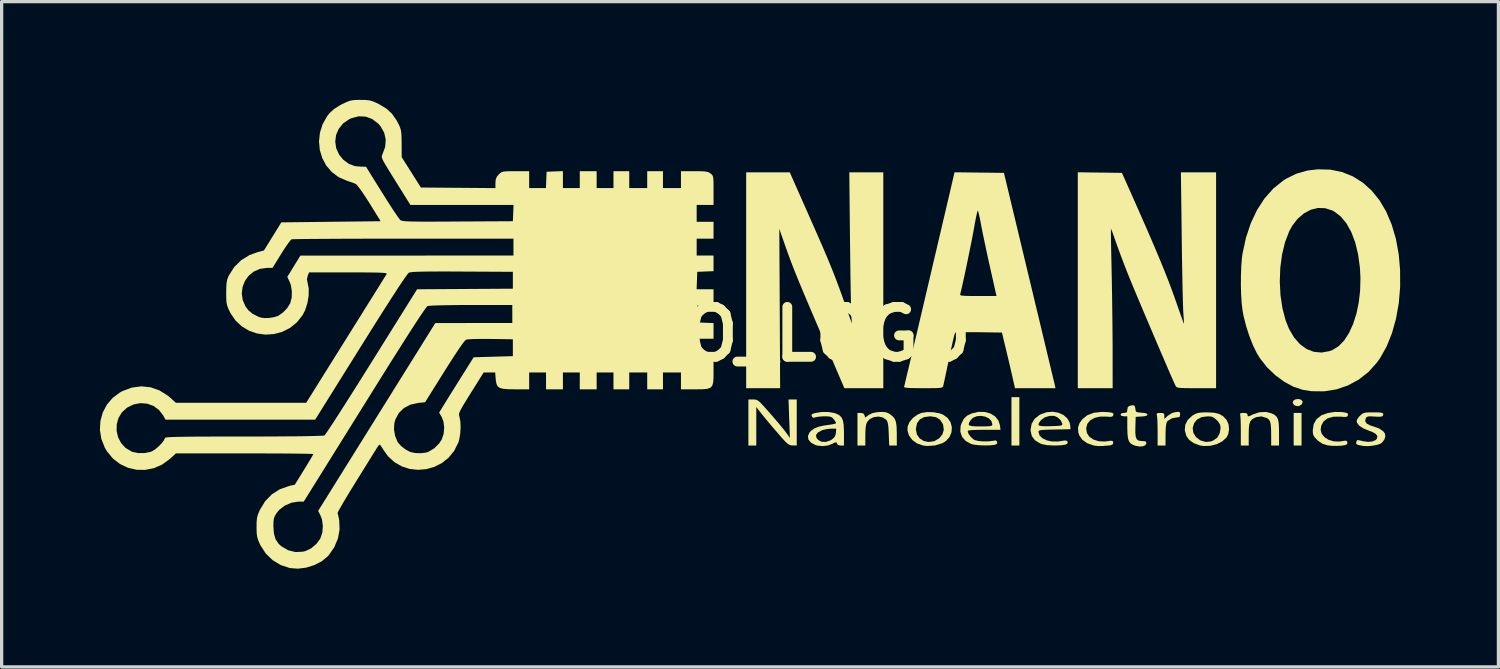
<source format=kicad_pcb>
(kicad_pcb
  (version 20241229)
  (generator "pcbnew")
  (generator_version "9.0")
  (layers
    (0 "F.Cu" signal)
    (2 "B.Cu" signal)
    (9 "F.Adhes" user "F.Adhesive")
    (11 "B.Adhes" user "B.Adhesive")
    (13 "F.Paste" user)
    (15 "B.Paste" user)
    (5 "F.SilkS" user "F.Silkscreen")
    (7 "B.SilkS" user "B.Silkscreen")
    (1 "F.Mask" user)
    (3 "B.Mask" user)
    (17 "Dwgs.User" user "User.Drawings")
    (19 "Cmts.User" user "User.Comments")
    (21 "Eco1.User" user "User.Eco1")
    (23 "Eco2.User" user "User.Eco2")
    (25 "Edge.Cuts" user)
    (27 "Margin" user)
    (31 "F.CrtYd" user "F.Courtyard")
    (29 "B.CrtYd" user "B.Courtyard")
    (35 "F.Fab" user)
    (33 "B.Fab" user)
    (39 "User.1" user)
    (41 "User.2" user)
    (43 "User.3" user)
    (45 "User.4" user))
  (footprint "NANO_LOGO"
    (layer "F.Cu")
    (at 19.971 7.154)
    (property "Reference" "NANO_LOGO" (at 0 0 0) (layer "F.SilkS") (effects (font (size 1.524 1.524) (thickness 0.3))))
    (attr board_only exclude_from_pos_files exclude_from_bom)
    (fp_poly (pts (xy 8.101 3.398) (xy 7.86 3.398) (xy 7.86 1.922) (xy 8.101 1.922)) (stroke (width 0) (type solid)) (fill yes) (layer "F.SilkS"))
    (fp_poly (pts (xy 16.716 3.398) (xy 16.476 3.398) (xy 16.476 2.403) (xy 16.716 2.403)) (stroke (width 0) (type solid)) (fill yes) (layer "F.SilkS"))
    (fp_poly (pts (xy 16.701 2) (xy 16.747 2.051) (xy 16.75 2.071) (xy 16.72 2.143) (xy 16.646 2.189) (xy 16.596 2.197) (xy 16.517 2.178) (xy 16.483 2.156) (xy 16.443 2.085) (xy 16.471 2.023) (xy 16.529 1.99) (xy 16.621 1.977)) (stroke (width 0) (type solid)) (fill yes) (layer "F.SilkS"))
    (fp_poly (pts (xy 12.998 2.382) (xy 13.009 2.425) (xy 13.009 2.45) (xy 12.999 2.514) (xy 12.955 2.537) (xy 12.904 2.54) (xy 12.756 2.568) (xy 12.635 2.643) (xy 12.607 2.674) (xy 12.585 2.739) (xy 12.57 2.863) (xy 12.564 3.036) (xy 12.564 3.063) (xy 12.563 3.398) (xy 12.322 3.398) (xy 12.322 2.978) (xy 12.32 2.808) (xy 12.316 2.657) (xy 12.309 2.542) (xy 12.301 2.48) (xy 12.294 2.429) (xy 12.324 2.407) (xy 12.404 2.403) (xy 12.487 2.408) (xy 12.522 2.435) (xy 12.528 2.495) (xy 12.528 2.587) (xy 12.628 2.492) (xy 12.763 2.406) (xy 12.868 2.378) (xy 12.957 2.369)) (stroke (width 0) (type solid)) (fill yes) (layer "F.SilkS"))
    (fp_poly (pts (xy 0.048 1.996) (xy 0.112 2.021) (xy 0.181 2.075) (xy 0.272 2.171) (xy 0.448 2.368) (xy 0.617 2.562) (xy 0.77 2.741) (xy 0.895 2.894) (xy 0.984 3.01) (xy 0.988 3.015) (xy 1.095 3.164) (xy 1.074 2.577) (xy 1.053 1.991) (xy 1.304 1.991) (xy 1.304 3.398) (xy 1.176 3.395) (xy 1.123 3.391) (xy 1.076 3.375) (xy 1.023 3.341) (xy 0.957 3.279) (xy 0.867 3.183) (xy 0.746 3.044) (xy 0.704 2.995) (xy 0.569 2.839) (xy 0.438 2.683) (xy 0.322 2.543) (xy 0.234 2.435) (xy 0.215 2.41) (xy 0.069 2.223) (xy 0.069 3.398) (xy -0.172 3.398) (xy -0.172 1.991) (xy -0.032 1.991)) (stroke (width 0) (type solid)) (fill yes) (layer "F.SilkS"))
    (fp_poly (pts (xy 4.04 2.386) (xy 4.118 2.421) (xy 4.153 2.444) (xy 4.238 2.511) (xy 4.297 2.585) (xy 4.333 2.681) (xy 4.352 2.813) (xy 4.358 2.996) (xy 4.359 3.046) (xy 4.359 3.398) (xy 4.127 3.398) (xy 4.113 3.04) (xy 4.105 2.868) (xy 4.092 2.751) (xy 4.073 2.673) (xy 4.045 2.622) (xy 4.036 2.612) (xy 3.929 2.54) (xy 3.795 2.514) (xy 3.655 2.532) (xy 3.532 2.592) (xy 3.457 2.674) (xy 3.425 2.751) (xy 3.406 2.859) (xy 3.399 3.015) (xy 3.398 3.086) (xy 3.398 3.398) (xy 3.158 3.398) (xy 3.158 2.403) (xy 3.257 2.403) (xy 3.339 2.42) (xy 3.374 2.474) (xy 3.393 2.546) (xy 3.499 2.467) (xy 3.605 2.412) (xy 3.745 2.382) (xy 3.819 2.376) (xy 3.95 2.372)) (stroke (width 0) (type solid)) (fill yes) (layer "F.SilkS"))
    (fp_poly (pts (xy 10.71 2.374) (xy 10.85 2.384) (xy 10.933 2.398) (xy 10.97 2.421) (xy 10.972 2.458) (xy 10.965 2.482) (xy 10.937 2.514) (xy 10.876 2.524) (xy 10.778 2.516) (xy 10.572 2.514) (xy 10.398 2.553) (xy 10.263 2.63) (xy 10.175 2.737) (xy 10.14 2.871) (xy 10.164 3.018) (xy 10.238 3.131) (xy 10.362 3.216) (xy 10.521 3.266) (xy 10.702 3.277) (xy 10.802 3.264) (xy 10.898 3.251) (xy 10.948 3.262) (xy 10.966 3.289) (xy 10.96 3.349) (xy 10.899 3.388) (xy 10.829 3.398) (xy 10.748 3.403) (xy 10.644 3.413) (xy 10.641 3.413) (xy 10.528 3.415) (xy 10.399 3.402) (xy 10.37 3.397) (xy 10.175 3.33) (xy 10.025 3.224) (xy 9.928 3.085) (xy 9.9 2.995) (xy 9.892 2.847) (xy 9.938 2.713) (xy 10.025 2.594) (xy 10.176 2.473) (xy 10.375 2.399) (xy 10.616 2.372)) (stroke (width 0) (type solid)) (fill yes) (layer "F.SilkS"))
    (fp_poly (pts (xy 15.803 2.416) (xy 15.893 2.462) (xy 15.956 2.519) (xy 15.997 2.6) (xy 16.019 2.717) (xy 16.028 2.883) (xy 16.029 3.011) (xy 16.029 3.398) (xy 15.789 3.398) (xy 15.789 3.081) (xy 15.786 2.892) (xy 15.776 2.759) (xy 15.757 2.669) (xy 15.723 2.61) (xy 15.673 2.569) (xy 15.649 2.556) (xy 15.492 2.509) (xy 15.334 2.531) (xy 15.274 2.558) (xy 15.2 2.604) (xy 15.151 2.664) (xy 15.121 2.75) (xy 15.107 2.877) (xy 15.103 3.057) (xy 15.103 3.07) (xy 15.103 3.398) (xy 14.862 3.398) (xy 14.862 2.955) (xy 14.861 2.783) (xy 14.857 2.633) (xy 14.85 2.521) (xy 14.843 2.46) (xy 14.842 2.457) (xy 14.841 2.42) (xy 14.887 2.405) (xy 14.945 2.403) (xy 15.03 2.41) (xy 15.065 2.44) (xy 15.068 2.467) (xy 15.073 2.502) (xy 15.097 2.508) (xy 15.156 2.486) (xy 15.229 2.45) (xy 15.427 2.383) (xy 15.63 2.373)) (stroke (width 0) (type solid)) (fill yes) (layer "F.SilkS"))
    (fp_poly (pts (xy 17.954 2.377) (xy 17.996 2.383) (xy 18.091 2.402) (xy 18.132 2.427) (xy 18.134 2.467) (xy 18.133 2.471) (xy 18.117 2.506) (xy 18.08 2.523) (xy 18.007 2.525) (xy 17.896 2.516) (xy 17.685 2.519) (xy 17.514 2.567) (xy 17.39 2.659) (xy 17.318 2.79) (xy 17.299 2.919) (xy 17.331 3.04) (xy 17.417 3.144) (xy 17.544 3.224) (xy 17.698 3.27) (xy 17.866 3.278) (xy 17.94 3.267) (xy 18.039 3.25) (xy 18.091 3.256) (xy 18.113 3.284) (xy 18.114 3.344) (xy 18.102 3.362) (xy 18.041 3.387) (xy 17.932 3.403) (xy 17.796 3.41) (xy 17.653 3.408) (xy 17.523 3.394) (xy 17.512 3.392) (xy 17.361 3.347) (xy 17.235 3.265) (xy 17.195 3.229) (xy 17.114 3.145) (xy 17.074 3.075) (xy 17.06 2.988) (xy 17.059 2.931) (xy 17.088 2.744) (xy 17.173 2.594) (xy 17.316 2.481) (xy 17.337 2.47) (xy 17.518 2.406) (xy 17.734 2.373)) (stroke (width 0) (type solid)) (fill yes) (layer "F.SilkS"))
    (fp_poly (pts (xy 5.49 2.383) (xy 5.675 2.419) (xy 5.768 2.453) (xy 5.909 2.554) (xy 6 2.687) (xy 6.04 2.838) (xy 6.029 2.993) (xy 5.968 3.139) (xy 5.857 3.262) (xy 5.757 3.324) (xy 5.529 3.396) (xy 5.285 3.412) (xy 5.153 3.396) (xy 4.975 3.333) (xy 4.831 3.228) (xy 4.731 3.093) (xy 4.685 2.939) (xy 4.686 2.912) (xy 4.943 2.912) (xy 4.973 3.06) (xy 5.055 3.178) (xy 5.176 3.257) (xy 5.324 3.29) (xy 5.485 3.269) (xy 5.515 3.259) (xy 5.659 3.174) (xy 5.754 3.054) (xy 5.794 2.913) (xy 5.773 2.762) (xy 5.766 2.744) (xy 5.681 2.611) (xy 5.556 2.533) (xy 5.388 2.506) (xy 5.381 2.506) (xy 5.196 2.529) (xy 5.062 2.6) (xy 4.977 2.717) (xy 4.943 2.881) (xy 4.943 2.912) (xy 4.686 2.912) (xy 4.689 2.821) (xy 4.745 2.685) (xy 4.851 2.557) (xy 4.99 2.455) (xy 5.116 2.402) (xy 5.293 2.377)) (stroke (width 0) (type solid)) (fill yes) (layer "F.SilkS"))
    (fp_poly (pts (xy 1.665 -3.647) (xy 1.84 -3.251) (xy 1.991 -2.908) (xy 2.12 -2.61) (xy 2.232 -2.347) (xy 2.331 -2.11) (xy 2.419 -1.889) (xy 2.502 -1.677) (xy 2.582 -1.464) (xy 2.664 -1.24) (xy 2.75 -0.998) (xy 2.769 -0.944) (xy 2.987 -0.326) (xy 2.97 -0.584) (xy 2.966 -0.665) (xy 2.962 -0.807) (xy 2.958 -1.005) (xy 2.953 -1.25) (xy 2.948 -1.536) (xy 2.943 -1.856) (xy 2.939 -2.202) (xy 2.934 -2.568) (xy 2.93 -2.892) (xy 2.909 -4.943) (xy 3.947 -4.943) (xy 3.947 1.648) (xy 2.758 1.648) (xy 2.085 0.077) (xy 1.904 -0.345) (xy 1.748 -0.711) (xy 1.613 -1.027) (xy 1.498 -1.3) (xy 1.4 -1.536) (xy 1.315 -1.741) (xy 1.242 -1.923) (xy 1.178 -2.087) (xy 1.119 -2.24) (xy 1.064 -2.389) (xy 1.009 -2.541) (xy 0.953 -2.701) (xy 0.948 -2.715) (xy 0.772 -3.216) (xy 0.785 -0.784) (xy 0.797 1.648) (xy -0.24 1.648) (xy -0.24 -4.943) (xy 1.091 -4.943)) (stroke (width 0) (type solid)) (fill yes) (layer "F.SilkS"))
    (fp_poly (pts (xy 11.618 2.184) (xy 11.639 2.248) (xy 11.642 2.274) (xy 11.652 2.339) (xy 11.678 2.374) (xy 11.739 2.389) (xy 11.833 2.396) (xy 11.95 2.41) (xy 12.006 2.435) (xy 12.014 2.454) (xy 11.987 2.487) (xy 11.903 2.507) (xy 11.833 2.512) (xy 11.653 2.523) (xy 11.643 2.823) (xy 11.641 3.005) (xy 11.654 3.13) (xy 11.685 3.207) (xy 11.739 3.247) (xy 11.821 3.26) (xy 11.843 3.261) (xy 11.933 3.267) (xy 11.972 3.291) (xy 11.979 3.325) (xy 11.95 3.387) (xy 11.872 3.421) (xy 11.762 3.428) (xy 11.635 3.403) (xy 11.576 3.381) (xy 11.501 3.337) (xy 11.449 3.273) (xy 11.417 3.176) (xy 11.401 3.036) (xy 11.396 2.84) (xy 11.396 2.83) (xy 11.396 2.506) (xy 11.293 2.506) (xy 11.211 2.49) (xy 11.19 2.454) (xy 11.22 2.413) (xy 11.293 2.403) (xy 11.366 2.394) (xy 11.393 2.354) (xy 11.396 2.304) (xy 11.412 2.223) (xy 11.47 2.185) (xy 11.473 2.184) (xy 11.568 2.166)) (stroke (width 0) (type solid)) (fill yes) (layer "F.SilkS"))
    (fp_poly (pts (xy 14.04 2.396) (xy 14.197 2.433) (xy 14.319 2.502) (xy 14.421 2.609) (xy 14.43 2.62) (xy 14.487 2.747) (xy 14.504 2.901) (xy 14.478 3.051) (xy 14.43 3.147) (xy 14.301 3.268) (xy 14.128 3.357) (xy 13.929 3.407) (xy 13.723 3.413) (xy 13.613 3.395) (xy 13.425 3.325) (xy 13.281 3.221) (xy 13.201 3.109) (xy 13.151 2.932) (xy 13.157 2.865) (xy 13.393 2.865) (xy 13.413 3.01) (xy 13.491 3.138) (xy 13.62 3.236) (xy 13.644 3.247) (xy 13.791 3.289) (xy 13.933 3.277) (xy 14.02 3.246) (xy 14.139 3.162) (xy 14.216 3.03) (xy 14.245 2.867) (xy 14.245 2.864) (xy 14.23 2.764) (xy 14.176 2.674) (xy 14.128 2.622) (xy 14.041 2.547) (xy 13.959 2.513) (xy 13.852 2.506) (xy 13.666 2.531) (xy 13.524 2.606) (xy 13.435 2.718) (xy 13.393 2.865) (xy 13.157 2.865) (xy 13.166 2.764) (xy 13.245 2.612) (xy 13.386 2.483) (xy 13.409 2.468) (xy 13.487 2.426) (xy 13.569 2.401) (xy 13.675 2.389) (xy 13.829 2.386) (xy 13.833 2.386)) (stroke (width 0) (type solid)) (fill yes) (layer "F.SilkS"))
    (fp_poly (pts (xy 19.051 2.387) (xy 19.149 2.395) (xy 19.199 2.413) (xy 19.213 2.442) (xy 19.203 2.479) (xy 19.179 2.506) (xy 19.123 2.519) (xy 19.02 2.518) (xy 18.949 2.514) (xy 18.823 2.507) (xy 18.747 2.511) (xy 18.705 2.529) (xy 18.677 2.567) (xy 18.673 2.573) (xy 18.659 2.658) (xy 18.71 2.731) (xy 18.826 2.79) (xy 18.901 2.812) (xy 19.084 2.877) (xy 19.211 2.964) (xy 19.26 3.029) (xy 19.275 3.121) (xy 19.241 3.223) (xy 19.17 3.312) (xy 19.122 3.344) (xy 19.019 3.379) (xy 18.878 3.404) (xy 18.731 3.417) (xy 18.609 3.411) (xy 18.604 3.411) (xy 18.481 3.388) (xy 18.412 3.368) (xy 18.385 3.343) (xy 18.385 3.306) (xy 18.388 3.295) (xy 18.4 3.252) (xy 18.42 3.233) (xy 18.464 3.235) (xy 18.552 3.256) (xy 18.588 3.265) (xy 18.743 3.287) (xy 18.88 3.274) (xy 18.98 3.23) (xy 19.018 3.188) (xy 19.032 3.112) (xy 18.985 3.045) (xy 18.875 2.982) (xy 18.754 2.938) (xy 18.596 2.872) (xy 18.477 2.791) (xy 18.41 2.703) (xy 18.398 2.651) (xy 18.421 2.588) (xy 18.48 2.51) (xy 18.503 2.486) (xy 18.56 2.437) (xy 18.614 2.407) (xy 18.686 2.391) (xy 18.794 2.386) (xy 18.895 2.386)) (stroke (width 0) (type solid)) (fill yes) (layer "F.SilkS"))
    (fp_poly (pts (xy 7.047 2.374) (xy 7.22 2.422) (xy 7.363 2.511) (xy 7.462 2.636) (xy 7.507 2.777) (xy 7.526 2.918) (xy 7.024 2.918) (xy 6.8 2.92) (xy 6.643 2.927) (xy 6.551 2.939) (xy 6.522 2.955) (xy 6.548 3.039) (xy 6.614 3.132) (xy 6.699 3.208) (xy 6.743 3.233) (xy 6.85 3.259) (xy 6.996 3.272) (xy 7.152 3.271) (xy 7.29 3.255) (xy 7.317 3.25) (xy 7.387 3.244) (xy 7.42 3.281) (xy 7.423 3.292) (xy 7.42 3.342) (xy 7.365 3.371) (xy 7.337 3.377) (xy 7.211 3.392) (xy 7.053 3.396) (xy 6.887 3.39) (xy 6.739 3.375) (xy 6.632 3.352) (xy 6.629 3.351) (xy 6.464 3.261) (xy 6.353 3.134) (xy 6.299 2.98) (xy 6.307 2.807) (xy 6.322 2.756) (xy 6.553 2.756) (xy 6.582 2.789) (xy 6.659 2.807) (xy 6.793 2.814) (xy 6.916 2.815) (xy 7.078 2.813) (xy 7.183 2.809) (xy 7.243 2.799) (xy 7.27 2.781) (xy 7.277 2.754) (xy 7.247 2.649) (xy 7.168 2.568) (xy 7.056 2.515) (xy 6.927 2.493) (xy 6.798 2.504) (xy 6.684 2.552) (xy 6.611 2.625) (xy 6.565 2.703) (xy 6.553 2.756) (xy 6.322 2.756) (xy 6.33 2.732) (xy 6.403 2.586) (xy 6.501 2.489) (xy 6.645 2.419) (xy 6.648 2.418) (xy 6.852 2.371)) (stroke (width 0) (type solid)) (fill yes) (layer "F.SilkS"))
    (fp_poly (pts (xy 9.292 2.396) (xy 9.445 2.465) (xy 9.564 2.568) (xy 9.637 2.701) (xy 9.653 2.785) (xy 9.662 2.9) (xy 9.173 2.91) (xy 8.98 2.914) (xy 8.846 2.92) (xy 8.759 2.928) (xy 8.711 2.94) (xy 8.689 2.958) (xy 8.684 2.983) (xy 8.716 3.088) (xy 8.803 3.175) (xy 8.932 3.239) (xy 9.093 3.274) (xy 9.272 3.276) (xy 9.353 3.264) (xy 9.474 3.246) (xy 9.543 3.25) (xy 9.573 3.279) (xy 9.576 3.31) (xy 9.556 3.349) (xy 9.491 3.375) (xy 9.374 3.391) (xy 9.198 3.397) (xy 9.147 3.397) (xy 8.949 3.387) (xy 8.799 3.358) (xy 8.733 3.333) (xy 8.577 3.237) (xy 8.483 3.113) (xy 8.445 2.957) (xy 8.444 2.918) (xy 8.471 2.759) (xy 8.682 2.759) (xy 8.707 2.79) (xy 8.782 2.806) (xy 8.912 2.81) (xy 9.053 2.807) (xy 9.216 2.802) (xy 9.321 2.795) (xy 9.382 2.785) (xy 9.408 2.767) (xy 9.412 2.74) (xy 9.41 2.729) (xy 9.363 2.627) (xy 9.272 2.541) (xy 9.166 2.494) (xy 9.024 2.493) (xy 8.882 2.536) (xy 8.77 2.614) (xy 8.754 2.632) (xy 8.7 2.707) (xy 8.682 2.759) (xy 8.471 2.759) (xy 8.475 2.735) (xy 8.567 2.583) (xy 8.719 2.463) (xy 8.752 2.446) (xy 8.933 2.382) (xy 9.117 2.367)) (stroke (width 0) (type solid)) (fill yes) (layer "F.SilkS"))
    (fp_poly (pts (xy 2.264 2.374) (xy 2.446 2.404) (xy 2.506 2.424) (xy 2.602 2.472) (xy 2.669 2.536) (xy 2.712 2.628) (xy 2.736 2.758) (xy 2.745 2.94) (xy 2.746 3.036) (xy 2.746 3.398) (xy 2.643 3.398) (xy 2.561 3.383) (xy 2.54 3.347) (xy 2.519 3.301) (xy 2.456 3.309) (xy 2.393 3.344) (xy 2.264 3.395) (xy 2.104 3.415) (xy 1.943 3.402) (xy 1.871 3.382) (xy 1.737 3.309) (xy 1.661 3.214) (xy 1.645 3.108) (xy 1.659 3.078) (xy 1.892 3.078) (xy 1.905 3.16) (xy 1.956 3.226) (xy 2.059 3.283) (xy 2.187 3.289) (xy 2.325 3.245) (xy 2.372 3.217) (xy 2.455 3.145) (xy 2.493 3.06) (xy 2.499 3.011) (xy 2.51 2.883) (xy 2.352 2.883) (xy 2.222 2.896) (xy 2.094 2.926) (xy 2.068 2.936) (xy 1.946 3.004) (xy 1.892 3.078) (xy 1.659 3.078) (xy 1.694 2.999) (xy 1.752 2.939) (xy 1.851 2.872) (xy 1.976 2.823) (xy 2.143 2.786) (xy 2.308 2.764) (xy 2.414 2.747) (xy 2.486 2.728) (xy 2.506 2.714) (xy 2.486 2.671) (xy 2.439 2.602) (xy 2.435 2.596) (xy 2.385 2.544) (xy 2.326 2.517) (xy 2.234 2.507) (xy 2.162 2.506) (xy 2.036 2.511) (xy 1.926 2.525) (xy 1.876 2.538) (xy 1.807 2.553) (xy 1.773 2.524) (xy 1.771 2.518) (xy 1.755 2.47) (xy 1.767 2.442) (xy 1.822 2.421) (xy 1.879 2.405) (xy 2.064 2.374)) (stroke (width 0) (type solid)) (fill yes) (layer "F.SilkS"))
    (fp_poly (pts (xy 11.232 -4.926) (xy 11.386 -4.582) (xy 11.616 -4.066) (xy 11.819 -3.605) (xy 12 -3.195) (xy 12.158 -2.828) (xy 12.299 -2.498) (xy 12.423 -2.2) (xy 12.534 -1.927) (xy 12.635 -1.672) (xy 12.727 -1.431) (xy 12.813 -1.195) (xy 12.896 -0.96) (xy 12.923 -0.883) (xy 12.987 -0.699) (xy 13.043 -0.54) (xy 13.088 -0.417) (xy 13.117 -0.339) (xy 13.127 -0.317) (xy 13.127 -0.353) (xy 13.122 -0.442) (xy 13.113 -0.568) (xy 13.107 -0.652) (xy 13.102 -0.747) (xy 13.097 -0.904) (xy 13.091 -1.114) (xy 13.084 -1.37) (xy 13.078 -1.665) (xy 13.072 -1.992) (xy 13.066 -2.343) (xy 13.061 -2.71) (xy 13.058 -2.96) (xy 13.033 -4.943) (xy 14.107 -4.943) (xy 14.107 1.648) (xy 13.508 1.648) (xy 13.291 1.647) (xy 13.133 1.645) (xy 13.023 1.64) (xy 12.952 1.632) (xy 12.909 1.618) (xy 12.885 1.599) (xy 12.872 1.579) (xy 12.845 1.522) (xy 12.794 1.409) (xy 12.723 1.248) (xy 12.635 1.046) (xy 12.534 0.81) (xy 12.421 0.548) (xy 12.301 0.268) (xy 12.177 -0.023) (xy 12.052 -0.317) (xy 11.928 -0.608) (xy 11.81 -0.888) (xy 11.7 -1.148) (xy 11.602 -1.383) (xy 11.519 -1.583) (xy 11.453 -1.743) (xy 11.428 -1.806) (xy 11.339 -2.032) (xy 11.246 -2.273) (xy 11.159 -2.507) (xy 11.084 -2.713) (xy 11.049 -2.811) (xy 10.995 -2.966) (xy 10.949 -3.094) (xy 10.915 -3.182) (xy 10.898 -3.219) (xy 10.897 -3.219) (xy 10.896 -3.184) (xy 10.896 -3.088) (xy 10.898 -2.938) (xy 10.901 -2.743) (xy 10.905 -2.511) (xy 10.911 -2.248) (xy 10.917 -1.974) (xy 10.924 -1.615) (xy 10.931 -1.213) (xy 10.937 -0.789) (xy 10.942 -0.365) (xy 10.946 0.037) (xy 10.948 0.396) (xy 10.948 0.455) (xy 10.949 1.648) (xy 9.885 1.648) (xy 9.885 -4.944)) (stroke (width 0) (type solid)) (fill yes) (layer "F.SilkS"))
    (fp_poly (pts (xy 17.595 -5.025) (xy 17.952 -4.952) (xy 18.283 -4.819) (xy 18.586 -4.629) (xy 18.857 -4.385) (xy 19.097 -4.088) (xy 19.301 -3.742) (xy 19.468 -3.349) (xy 19.597 -2.912) (xy 19.684 -2.433) (xy 19.725 -1.962) (xy 19.727 -1.448) (xy 19.685 -0.949) (xy 19.6 -0.473) (xy 19.476 -0.029) (xy 19.313 0.375) (xy 19.114 0.73) (xy 19.019 0.864) (xy 18.76 1.152) (xy 18.461 1.386) (xy 18.13 1.565) (xy 17.775 1.685) (xy 17.402 1.744) (xy 17.02 1.74) (xy 16.76 1.699) (xy 16.475 1.606) (xy 16.191 1.454) (xy 15.918 1.254) (xy 15.668 1.015) (xy 15.455 0.746) (xy 15.353 0.583) (xy 15.233 0.337) (xy 15.119 0.047) (xy 15.02 -0.264) (xy 14.943 -0.572) (xy 14.916 -0.721) (xy 14.889 -0.943) (xy 14.872 -1.211) (xy 14.864 -1.505) (xy 14.865 -1.609) (xy 16.052 -1.609) (xy 16.073 -1.192) (xy 16.133 -0.792) (xy 16.23 -0.423) (xy 16.336 -0.159) (xy 16.489 0.101) (xy 16.669 0.305) (xy 16.871 0.452) (xy 17.091 0.537) (xy 17.324 0.56) (xy 17.564 0.517) (xy 17.665 0.48) (xy 17.851 0.364) (xy 18.019 0.189) (xy 18.166 -0.039) (xy 18.291 -0.312) (xy 18.391 -0.624) (xy 18.463 -0.967) (xy 18.505 -1.334) (xy 18.515 -1.719) (xy 18.499 -2.027) (xy 18.444 -2.434) (xy 18.356 -2.799) (xy 18.236 -3.117) (xy 18.087 -3.385) (xy 17.91 -3.597) (xy 17.708 -3.75) (xy 17.655 -3.778) (xy 17.437 -3.848) (xy 17.215 -3.854) (xy 16.996 -3.8) (xy 16.787 -3.688) (xy 16.596 -3.524) (xy 16.431 -3.309) (xy 16.341 -3.146) (xy 16.212 -2.81) (xy 16.121 -2.432) (xy 16.067 -2.027) (xy 16.052 -1.609) (xy 14.865 -1.609) (xy 14.866 -1.804) (xy 14.877 -2.087) (xy 14.897 -2.335) (xy 14.913 -2.454) (xy 15.019 -2.945) (xy 15.168 -3.393) (xy 15.359 -3.795) (xy 15.588 -4.148) (xy 15.855 -4.448) (xy 16.158 -4.692) (xy 16.243 -4.746) (xy 16.558 -4.901) (xy 16.897 -4.997) (xy 17.214 -5.035)) (stroke (width 0) (type solid)) (fill yes) (layer "F.SilkS"))
    (fp_poly (pts (xy 6.876 -4.935) (xy 7.63 -4.926) (xy 8.396 -1.733) (xy 8.506 -1.276) (xy 8.611 -0.835) (xy 8.712 -0.418) (xy 8.805 -0.027) (xy 8.891 0.331) (xy 8.968 0.653) (xy 9.035 0.933) (xy 9.091 1.167) (xy 9.135 1.351) (xy 9.166 1.478) (xy 9.181 1.545) (xy 9.183 1.553) (xy 9.204 1.648) (xy 7.968 1.648) (xy 7.876 1.244) (xy 7.829 1.041) (xy 7.774 0.804) (xy 7.717 0.565) (xy 7.676 0.395) (xy 7.569 -0.051) (xy 6.867 -0.061) (xy 6.654 -0.062) (xy 6.464 -0.061) (xy 6.309 -0.058) (xy 6.198 -0.052) (xy 6.143 -0.045) (xy 6.139 -0.043) (xy 6.124 -0.003) (xy 6.098 0.095) (xy 6.064 0.24) (xy 6.023 0.422) (xy 5.977 0.631) (xy 5.955 0.738) (xy 5.908 0.961) (xy 5.866 1.165) (xy 5.829 1.339) (xy 5.8 1.472) (xy 5.782 1.553) (xy 5.779 1.57) (xy 5.77 1.598) (xy 5.752 1.618) (xy 5.717 1.632) (xy 5.654 1.641) (xy 5.553 1.645) (xy 5.405 1.647) (xy 5.199 1.648) (xy 5.163 1.648) (xy 4.939 1.646) (xy 4.775 1.643) (xy 4.666 1.636) (xy 4.604 1.626) (xy 4.581 1.611) (xy 4.582 1.605) (xy 4.592 1.565) (xy 4.616 1.464) (xy 4.653 1.307) (xy 4.703 1.099) (xy 4.763 0.845) (xy 4.832 0.552) (xy 4.909 0.224) (xy 4.994 -0.134) (xy 5.083 -0.515) (xy 5.168 -0.875) (xy 5.245 -1.205) (xy 6.293 -1.205) (xy 6.308 -1.189) (xy 6.351 -1.178) (xy 6.43 -1.172) (xy 6.554 -1.168) (xy 6.734 -1.167) (xy 6.84 -1.167) (xy 7.403 -1.167) (xy 7.208 -2.034) (xy 7.149 -2.298) (xy 7.091 -2.568) (xy 7.036 -2.828) (xy 6.987 -3.062) (xy 6.949 -3.253) (xy 6.933 -3.338) (xy 6.902 -3.501) (xy 6.873 -3.637) (xy 6.849 -3.732) (xy 6.833 -3.775) (xy 6.831 -3.776) (xy 6.818 -3.744) (xy 6.796 -3.656) (xy 6.769 -3.523) (xy 6.737 -3.357) (xy 6.719 -3.252) (xy 6.691 -3.098) (xy 6.654 -2.903) (xy 6.609 -2.679) (xy 6.56 -2.437) (xy 6.509 -2.189) (xy 6.458 -1.946) (xy 6.409 -1.719) (xy 6.366 -1.521) (xy 6.329 -1.362) (xy 6.303 -1.254) (xy 6.295 -1.227) (xy 6.293 -1.205) (xy 5.245 -1.205) (xy 5.265 -1.288) (xy 5.36 -1.693) (xy 5.451 -2.083) (xy 5.538 -2.452) (xy 5.618 -2.792) (xy 5.69 -3.098) (xy 5.751 -3.361) (xy 5.802 -3.576) (xy 5.839 -3.735) (xy 5.857 -3.81) (xy 5.906 -4.02) (xy 5.958 -4.238) (xy 6.005 -4.442) (xy 6.043 -4.606) (xy 6.048 -4.626) (xy 6.122 -4.944)) (stroke (width 0) (type solid)) (fill yes) (layer "F.SilkS"))
    (fp_poly (pts (xy -11.86 -7.152) (xy -11.747 -7.14) (xy -11.646 -7.113) (xy -11.531 -7.064) (xy -11.453 -7.026) (xy -11.23 -6.893) (xy -11.055 -6.733) (xy -10.913 -6.53) (xy -10.854 -6.42) (xy -10.814 -6.332) (xy -10.787 -6.252) (xy -10.771 -6.163) (xy -10.762 -6.046) (xy -10.759 -5.884) (xy -10.759 -5.818) (xy -10.757 -5.406) (xy -10.464 -4.943) (xy -10.171 -4.479) (xy -7.895 -4.461) (xy -7.895 -4.619) (xy -7.885 -4.734) (xy -7.845 -4.819) (xy -7.794 -4.877) (xy -7.75 -4.919) (xy -7.708 -4.947) (xy -7.654 -4.964) (xy -7.573 -4.973) (xy -7.452 -4.977) (xy -7.279 -4.977) (xy -6.865 -4.977) (xy -6.865 -4.462) (xy -6.353 -4.462) (xy -6.343 -4.711) (xy -6.333 -4.96) (xy -6.084 -4.97) (xy -5.835 -4.98) (xy -5.835 -4.462) (xy -5.32 -4.462) (xy -5.32 -4.977) (xy -4.805 -4.977) (xy -4.805 -4.462) (xy -4.291 -4.462) (xy -4.291 -4.977) (xy -3.81 -4.977) (xy -3.81 -4.462) (xy -3.261 -4.462) (xy -3.261 -4.977) (xy -2.78 -4.977) (xy -2.78 -4.462) (xy -2.231 -4.462) (xy -2.231 -4.977) (xy -1.824 -4.977) (xy -1.646 -4.976) (xy -1.522 -4.971) (xy -1.438 -4.959) (xy -1.38 -4.94) (xy -1.333 -4.911) (xy -1.326 -4.906) (xy -1.289 -4.875) (xy -1.264 -4.841) (xy -1.248 -4.791) (xy -1.24 -4.713) (xy -1.236 -4.595) (xy -1.236 -4.422) (xy -1.236 -4.391) (xy -1.236 -3.947) (xy -1.751 -3.947) (xy -1.751 -3.432) (xy -1.236 -3.432) (xy -1.236 -2.918) (xy -1.751 -2.918) (xy -1.751 -2.403) (xy -1.236 -2.403) (xy -1.236 -1.925) (xy -1.485 -1.915) (xy -1.733 -1.905) (xy -1.743 -1.639) (xy -1.753 -1.373) (xy -1.236 -1.373) (xy -1.236 -0.895) (xy -1.485 -0.885) (xy -1.733 -0.875) (xy -1.733 -0.36) (xy -1.485 -0.35) (xy -1.236 -0.34) (xy -1.236 0.137) (xy -1.753 0.137) (xy -1.743 0.403) (xy -1.733 0.669) (xy -1.485 0.679) (xy -1.236 0.689) (xy -1.236 1.116) (xy -1.237 1.323) (xy -1.247 1.473) (xy -1.277 1.574) (xy -1.334 1.635) (xy -1.43 1.668) (xy -1.574 1.68) (xy -1.775 1.682) (xy -1.808 1.682) (xy -2.231 1.682) (xy -2.231 1.167) (xy -2.78 1.167) (xy -2.78 1.682) (xy -3.261 1.682) (xy -3.261 1.167) (xy -3.81 1.167) (xy -3.81 1.682) (xy -4.291 1.682) (xy -4.291 1.167) (xy -4.805 1.167) (xy -4.805 1.682) (xy -5.32 1.682) (xy -5.32 1.167) (xy -5.835 1.167) (xy -5.835 1.682) (xy -6.35 1.682) (xy -6.35 1.167) (xy -6.865 1.167) (xy -6.865 1.682) (xy -7.29 1.682) (xy -7.501 1.679) (xy -7.654 1.667) (xy -7.758 1.641) (xy -7.824 1.595) (xy -7.861 1.524) (xy -7.881 1.422) (xy -7.887 1.362) (xy -7.903 1.167) (xy -8.255 1.167) (xy -8.643 1.788) (xy -8.772 1.995) (xy -8.868 2.152) (xy -8.935 2.268) (xy -8.978 2.352) (xy -9.001 2.412) (xy -9.007 2.457) (xy -9.001 2.494) (xy -8.995 2.514) (xy -8.966 2.659) (xy -8.958 2.842) (xy -8.97 3.038) (xy -9.002 3.221) (xy -9.03 3.312) (xy -9.157 3.564) (xy -9.327 3.772) (xy -9.531 3.934) (xy -9.76 4.05) (xy -10.006 4.119) (xy -10.259 4.14) (xy -10.512 4.113) (xy -10.754 4.035) (xy -10.978 3.906) (xy -11.174 3.726) (xy -11.299 3.554) (xy -11.36 3.457) (xy -11.408 3.389) (xy -11.43 3.365) (xy -11.457 3.391) (xy -11.505 3.458) (xy -11.537 3.51) (xy -11.578 3.576) (xy -11.65 3.691) (xy -11.747 3.847) (xy -11.864 4.036) (xy -11.996 4.248) (xy -12.137 4.475) (xy -12.18 4.544) (xy -12.317 4.766) (xy -12.44 4.97) (xy -12.546 5.148) (xy -12.63 5.293) (xy -12.687 5.397) (xy -12.714 5.454) (xy -12.715 5.462) (xy -12.7 5.509) (xy -12.68 5.602) (xy -12.664 5.689) (xy -12.653 5.964) (xy -12.705 6.24) (xy -12.815 6.504) (xy -12.981 6.743) (xy -13.011 6.777) (xy -13.193 6.929) (xy -13.419 7.047) (xy -13.67 7.126) (xy -13.927 7.158) (xy -14.171 7.139) (xy -14.174 7.138) (xy -14.452 7.047) (xy -14.699 6.897) (xy -14.907 6.695) (xy -15.068 6.447) (xy -15.082 6.419) (xy -15.135 6.299) (xy -15.167 6.198) (xy -15.183 6.09) (xy -15.188 5.947) (xy -15.189 5.887) (xy -15.188 5.864) (xy -14.674 5.864) (xy -14.658 6.087) (xy -14.607 6.26) (xy -14.515 6.398) (xy -14.429 6.476) (xy -14.22 6.597) (xy -13.998 6.651) (xy -13.769 6.639) (xy -13.693 6.62) (xy -13.521 6.537) (xy -13.364 6.405) (xy -13.245 6.243) (xy -13.241 6.235) (xy -13.18 6.054) (xy -13.164 5.849) (xy -13.193 5.648) (xy -13.235 5.537) (xy -13.307 5.393) (xy -11.753 2.901) (xy -10.993 2.901) (xy -10.959 3.103) (xy -10.885 3.283) (xy -10.87 3.307) (xy -10.773 3.416) (xy -10.64 3.518) (xy -10.501 3.592) (xy -10.486 3.597) (xy -10.34 3.628) (xy -10.172 3.633) (xy -10.016 3.614) (xy -9.944 3.592) (xy -9.764 3.484) (xy -9.61 3.33) (xy -9.535 3.214) (xy -9.476 3.042) (xy -9.459 2.85) (xy -9.482 2.664) (xy -9.537 2.524) (xy -9.614 2.394) (xy -9.475 2.167) (xy -9.413 2.067) (xy -9.324 1.922) (xy -9.213 1.745) (xy -9.091 1.55) (xy -8.965 1.348) (xy -8.948 1.321) (xy -8.56 0.704) (xy -7.363 0.669) (xy -7.363 0.154) (xy -8.036 0.145) (xy -8.249 0.144) (xy -8.442 0.145) (xy -8.604 0.149) (xy -8.722 0.156) (xy -8.785 0.164) (xy -8.787 0.165) (xy -8.831 0.203) (xy -8.906 0.298) (xy -9.012 0.45) (xy -9.151 0.659) (xy -9.323 0.927) (xy -9.454 1.135) (xy -10.043 2.077) (xy -10.247 2.097) (xy -10.488 2.149) (xy -10.689 2.254) (xy -10.844 2.405) (xy -10.949 2.6) (xy -10.98 2.71) (xy -10.993 2.901) (xy -11.753 2.901) (xy -11.519 2.526) (xy -9.731 -0.34) (xy -8.555 -0.342) (xy -7.38 -0.343) (xy -7.38 -0.892) (xy -8.63 -0.892) (xy -8.92 -0.892) (xy -9.19 -0.889) (xy -9.433 -0.885) (xy -9.64 -0.881) (xy -9.803 -0.875) (xy -9.914 -0.868) (xy -9.963 -0.861) (xy -9.989 -0.838) (xy -10.037 -0.777) (xy -10.107 -0.677) (xy -10.203 -0.536) (xy -10.324 -0.352) (xy -10.472 -0.123) (xy -10.649 0.153) (xy -10.855 0.479) (xy -11.093 0.855) (xy -11.362 1.285) (xy -11.665 1.77) (xy -11.896 2.14) (xy -13.747 5.11) (xy -13.921 5.112) (xy -14.126 5.145) (xy -14.324 5.232) (xy -14.493 5.36) (xy -14.57 5.452) (xy -14.624 5.537) (xy -14.655 5.614) (xy -14.67 5.708) (xy -14.674 5.842) (xy -14.674 5.864) (xy -15.188 5.864) (xy -15.186 5.727) (xy -15.174 5.61) (xy -15.148 5.509) (xy -15.103 5.399) (xy -15.082 5.355) (xy -14.924 5.096) (xy -14.72 4.887) (xy -14.475 4.732) (xy -14.195 4.634) (xy -14.185 4.631) (xy -14.021 4.595) (xy -13.738 4.138) (xy -13.641 3.98) (xy -13.559 3.843) (xy -13.497 3.737) (xy -13.461 3.673) (xy -13.455 3.659) (xy -13.488 3.655) (xy -13.585 3.652) (xy -13.738 3.649) (xy -13.942 3.646) (xy -14.191 3.643) (xy -14.479 3.641) (xy -14.801 3.64) (xy -15.15 3.639) (xy -15.521 3.638) (xy -15.553 3.638) (xy -17.65 3.638) (xy -17.835 3.808) (xy -18.069 3.979) (xy -18.324 4.09) (xy -18.589 4.142) (xy -18.855 4.138) (xy -19.114 4.077) (xy -19.356 3.963) (xy -19.572 3.797) (xy -19.753 3.579) (xy -19.821 3.464) (xy -19.927 3.195) (xy -19.966 2.951) (xy -19.461 2.951) (xy -19.416 3.145) (xy -19.324 3.323) (xy -19.187 3.472) (xy -19.005 3.58) (xy -18.973 3.593) (xy -18.8 3.629) (xy -18.608 3.629) (xy -18.43 3.593) (xy -18.379 3.574) (xy -18.287 3.517) (xy -18.186 3.433) (xy -18.092 3.338) (xy -18.021 3.248) (xy -17.987 3.178) (xy -17.986 3.169) (xy -17.975 3.16) (xy -17.941 3.152) (xy -17.879 3.145) (xy -17.785 3.14) (xy -17.654 3.135) (xy -17.482 3.132) (xy -17.265 3.129) (xy -16.999 3.126) (xy -16.68 3.125) (xy -16.303 3.124) (xy -15.864 3.124) (xy -15.581 3.124) (xy -15.119 3.123) (xy -14.695 3.122) (xy -14.314 3.119) (xy -13.978 3.117) (xy -13.691 3.113) (xy -13.458 3.108) (xy -13.282 3.103) (xy -13.167 3.098) (xy -13.116 3.091) (xy -13.115 3.091) (xy -13.088 3.057) (xy -13.027 2.97) (xy -12.936 2.833) (xy -12.817 2.652) (xy -12.674 2.43) (xy -12.51 2.174) (xy -12.327 1.886) (xy -12.128 1.572) (xy -11.917 1.236) (xy -11.696 0.883) (xy -11.671 0.843) (xy -10.287 -1.372) (xy -7.363 -1.39) (xy -7.363 -1.905) (xy -8.907 -1.913) (xy -9.297 -1.915) (xy -9.623 -1.915) (xy -9.89 -1.914) (xy -10.104 -1.911) (xy -10.269 -1.907) (xy -10.391 -1.901) (xy -10.474 -1.893) (xy -10.524 -1.883) (xy -10.537 -1.878) (xy -10.574 -1.84) (xy -10.644 -1.744) (xy -10.749 -1.592) (xy -10.888 -1.382) (xy -11.062 -1.114) (xy -11.271 -0.788) (xy -11.514 -0.404) (xy -11.792 0.038) (xy -12.011 0.387) (xy -13.399 2.609) (xy -17.969 2.608) (xy -18.037 2.483) (xy -18.167 2.312) (xy -18.335 2.19) (xy -18.529 2.12) (xy -18.737 2.104) (xy -18.947 2.145) (xy -19.142 2.242) (xy -19.299 2.385) (xy -19.404 2.559) (xy -19.457 2.752) (xy -19.461 2.951) (xy -19.966 2.951) (xy -19.971 2.92) (xy -19.955 2.648) (xy -19.883 2.388) (xy -19.757 2.15) (xy -19.581 1.943) (xy -19.358 1.777) (xy -19.281 1.736) (xy -18.993 1.629) (xy -18.705 1.591) (xy -18.424 1.62) (xy -18.153 1.715) (xy -17.897 1.876) (xy -17.817 1.944) (xy -17.65 2.094) (xy -13.673 2.094) (xy -12.457 0.149) (xy -12.25 -0.183) (xy -12.052 -0.498) (xy -11.869 -0.792) (xy -11.701 -1.06) (xy -11.553 -1.297) (xy -11.428 -1.497) (xy -11.329 -1.656) (xy -11.259 -1.769) (xy -11.22 -1.831) (xy -11.214 -1.841) (xy -11.216 -1.854) (xy -11.243 -1.864) (xy -11.3 -1.872) (xy -11.394 -1.878) (xy -11.531 -1.883) (xy -11.716 -1.885) (xy -11.956 -1.887) (xy -12.256 -1.888) (xy -12.385 -1.888) (xy -13.584 -1.888) (xy -13.626 -1.786) (xy -13.651 -1.678) (xy -13.63 -1.575) (xy -13.595 -1.392) (xy -13.598 -1.176) (xy -13.635 -0.95) (xy -13.704 -0.735) (xy -13.783 -0.581) (xy -13.959 -0.36) (xy -14.17 -0.19) (xy -14.405 -0.072) (xy -14.657 -0.005) (xy -14.915 0.012) (xy -15.171 -0.022) (xy -15.415 -0.106) (xy -15.639 -0.239) (xy -15.833 -0.421) (xy -15.989 -0.652) (xy -16.002 -0.679) (xy -16.054 -0.788) (xy -16.086 -0.877) (xy -16.105 -0.968) (xy -16.113 -1.082) (xy -16.115 -1.24) (xy -16.115 -1.243) (xy -15.64 -1.243) (xy -15.611 -1.043) (xy -15.526 -0.849) (xy -15.433 -0.726) (xy -15.307 -0.623) (xy -15.139 -0.537) (xy -15.069 -0.511) (xy -14.952 -0.493) (xy -14.803 -0.497) (xy -14.653 -0.521) (xy -14.533 -0.559) (xy -14.527 -0.562) (xy -14.383 -0.662) (xy -14.254 -0.796) (xy -14.163 -0.939) (xy -14.158 -0.952) (xy -14.115 -1.123) (xy -14.111 -1.319) (xy -14.143 -1.508) (xy -14.179 -1.602) (xy -14.25 -1.749) (xy -14.05 -2.075) (xy -13.85 -2.4) (xy -10.598 -2.401) (xy -7.345 -2.403) (xy -7.345 -2.918) (xy -10.706 -2.918) (xy -11.182 -2.917) (xy -11.638 -2.917) (xy -12.071 -2.916) (xy -12.475 -2.915) (xy -12.846 -2.913) (xy -13.179 -2.911) (xy -13.469 -2.909) (xy -13.712 -2.907) (xy -13.903 -2.904) (xy -14.037 -2.901) (xy -14.109 -2.899) (xy -14.121 -2.897) (xy -14.157 -2.862) (xy -14.22 -2.779) (xy -14.304 -2.659) (xy -14.399 -2.513) (xy -14.437 -2.451) (xy -14.701 -2.025) (xy -14.869 -2.025) (xy -15.088 -1.995) (xy -15.276 -1.911) (xy -15.43 -1.784) (xy -15.545 -1.624) (xy -15.616 -1.44) (xy -15.64 -1.243) (xy -16.115 -1.243) (xy -16.115 -1.269) (xy -16.112 -1.444) (xy -16.103 -1.569) (xy -16.085 -1.664) (xy -16.055 -1.749) (xy -16.034 -1.792) (xy -15.871 -2.049) (xy -15.659 -2.258) (xy -15.406 -2.415) (xy -15.165 -2.503) (xy -14.963 -2.557) (xy -14.697 -2.986) (xy -14.432 -3.415) (xy -11.399 -3.45) (xy -11.739 -3.999) (xy -11.852 -4.176) (xy -11.958 -4.334) (xy -12.049 -4.462) (xy -12.119 -4.55) (xy -12.158 -4.587) (xy -12.234 -4.619) (xy -12.347 -4.659) (xy -12.431 -4.686) (xy -12.683 -4.796) (xy -12.893 -4.954) (xy -13.061 -5.151) (xy -13.183 -5.379) (xy -13.257 -5.627) (xy -13.281 -5.88) (xy -12.786 -5.88) (xy -12.756 -5.676) (xy -12.667 -5.482) (xy -12.544 -5.331) (xy -12.375 -5.203) (xy -12.186 -5.133) (xy -11.99 -5.115) (xy -11.847 -5.114) (xy -11.361 -4.333) (xy -11.228 -4.123) (xy -11.105 -3.929) (xy -10.995 -3.76) (xy -10.904 -3.626) (xy -10.839 -3.533) (xy -10.805 -3.492) (xy -10.785 -3.478) (xy -10.757 -3.467) (xy -10.714 -3.458) (xy -10.651 -3.45) (xy -10.561 -3.445) (xy -10.44 -3.441) (xy -10.28 -3.439) (xy -10.077 -3.437) (xy -9.824 -3.437) (xy -9.515 -3.438) (xy -9.145 -3.44) (xy -9.049 -3.441) (xy -7.363 -3.45) (xy -7.352 -3.698) (xy -7.342 -3.947) (xy -10.491 -3.947) (xy -10.943 -4.671) (xy -11.082 -4.894) (xy -11.189 -5.068) (xy -11.267 -5.198) (xy -11.32 -5.293) (xy -11.351 -5.361) (xy -11.364 -5.409) (xy -11.363 -5.444) (xy -11.353 -5.475) (xy -11.346 -5.489) (xy -11.262 -5.716) (xy -11.244 -5.94) (xy -11.291 -6.153) (xy -11.402 -6.348) (xy -11.475 -6.431) (xy -11.658 -6.57) (xy -11.86 -6.644) (xy -12.074 -6.653) (xy -12.294 -6.594) (xy -12.359 -6.565) (xy -12.545 -6.436) (xy -12.679 -6.271) (xy -12.76 -6.082) (xy -12.786 -5.88) (xy -13.281 -5.88) (xy -13.281 -5.888) (xy -13.253 -6.153) (xy -13.171 -6.412) (xy -13.032 -6.658) (xy -12.957 -6.753) (xy -12.823 -6.875) (xy -12.637 -6.993) (xy -12.574 -7.026) (xy -12.439 -7.089) (xy -12.334 -7.128) (xy -12.232 -7.147) (xy -12.103 -7.154) (xy -12.014 -7.154)) (stroke (width 0) (type solid)) (fill yes) (layer "F.SilkS")))
  (gr_rect
    (start -3 -3)
    (end 42.698 17.312)
    (stroke (width 0.1) (type default))
    (fill no)
    (layer "Edge.Cuts")))
</source>
